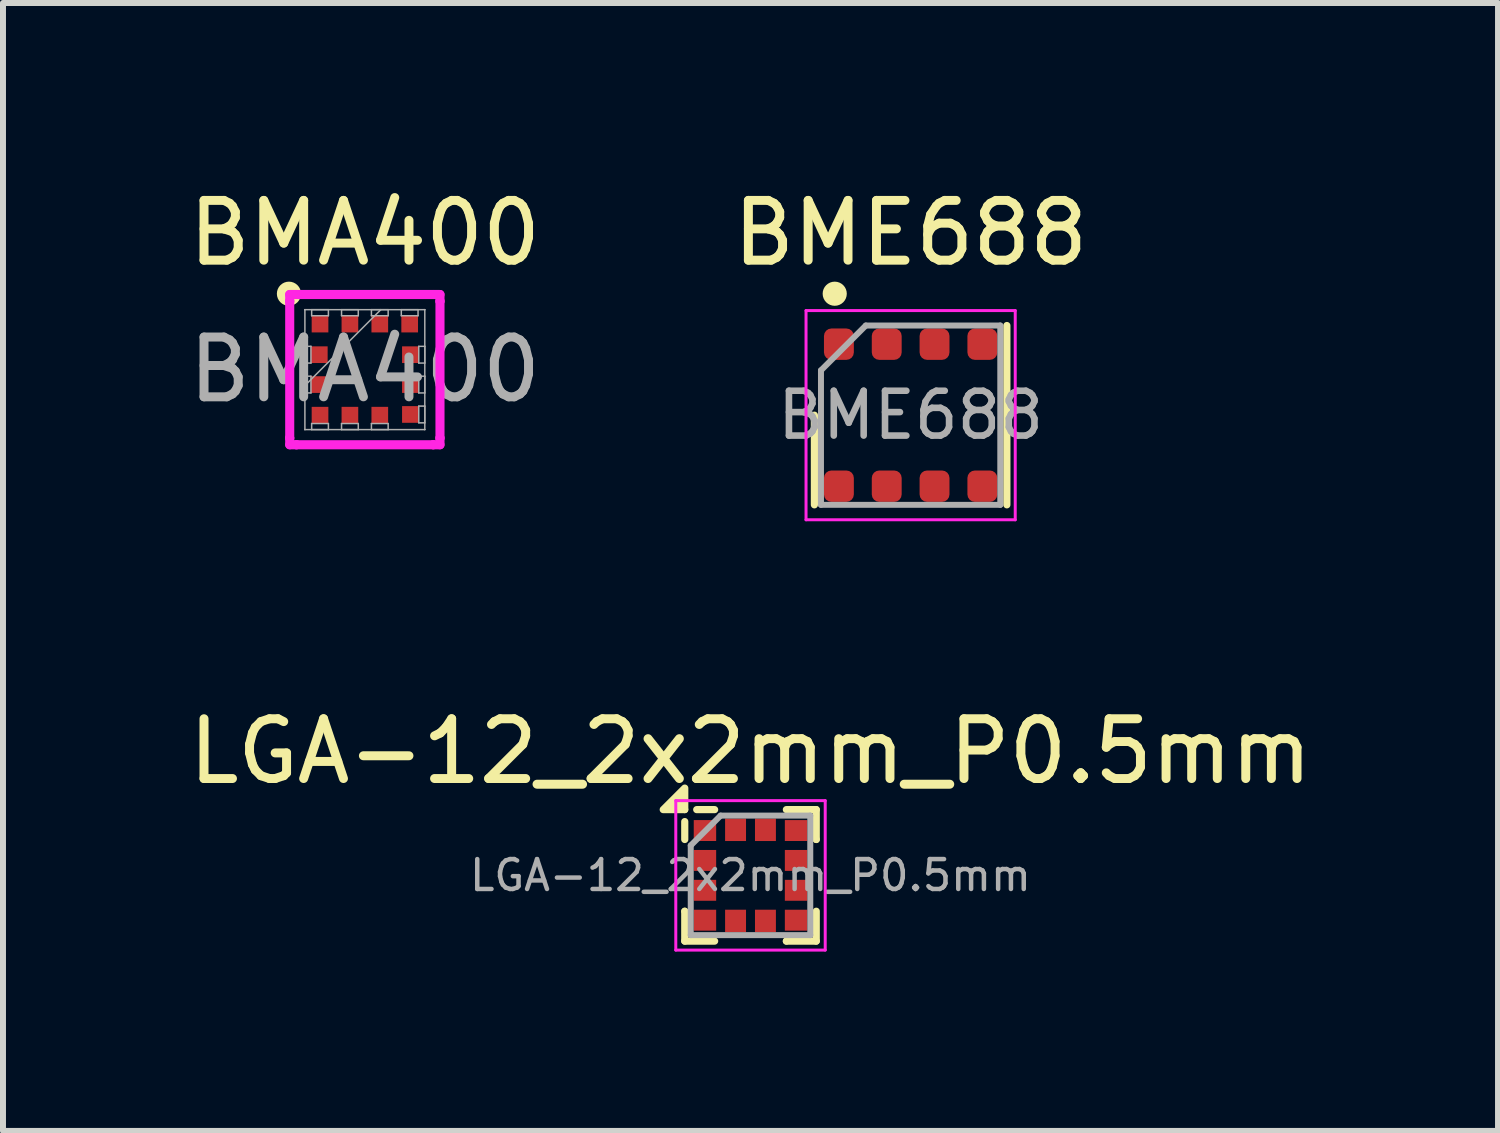
<source format=kicad_pcb>
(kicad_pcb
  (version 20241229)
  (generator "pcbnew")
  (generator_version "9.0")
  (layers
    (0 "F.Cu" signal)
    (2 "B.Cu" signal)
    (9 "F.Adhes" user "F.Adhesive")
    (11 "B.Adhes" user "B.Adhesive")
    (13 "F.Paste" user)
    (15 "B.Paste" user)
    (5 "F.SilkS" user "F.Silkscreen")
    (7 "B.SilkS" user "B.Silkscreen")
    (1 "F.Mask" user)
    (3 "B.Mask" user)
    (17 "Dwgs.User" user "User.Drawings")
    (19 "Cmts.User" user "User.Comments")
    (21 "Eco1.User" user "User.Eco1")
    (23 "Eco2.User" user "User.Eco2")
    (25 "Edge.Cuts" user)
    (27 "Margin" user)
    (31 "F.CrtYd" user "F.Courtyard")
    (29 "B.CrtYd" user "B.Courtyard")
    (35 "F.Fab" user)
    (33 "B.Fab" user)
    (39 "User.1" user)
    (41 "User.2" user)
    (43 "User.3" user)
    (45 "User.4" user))
  (footprint "LGA-12_2x2mm_P0.5mm"
    (layer "F.Cu")
    (at 9.506 11.595)
    (property "Reference" "LGA-12_2x2mm_P0.5mm" (at 0 -2.075 0) (layer "F.SilkS") (effects (font (size 1 1) (thickness 0.15))))
    (attr smd)
    (fp_line (start -1.1 -1.1) (end -1.1 -1.1) (stroke (width 0.12) (type solid)) (layer "F.SilkS"))
    (fp_line (start -1.1 -0.6) (end -1.1 -0.9) (stroke (width 0.12) (type solid)) (layer "F.SilkS"))
    (fp_line (start -1.1 0.6) (end -1.1 0.6) (stroke (width 0.12) (type solid)) (layer "F.SilkS"))
    (fp_line (start -1.1 1.1) (end -1.1 0.6) (stroke (width 0.12) (type solid)) (layer "F.SilkS"))
    (fp_line (start -0.6 -1.1) (end -0.9 -1.1) (stroke (width 0.12) (type solid)) (layer "F.SilkS"))
    (fp_line (start -0.6 1.1) (end -1.1 1.1) (stroke (width 0.12) (type solid)) (layer "F.SilkS"))
    (fp_line (start 0.6 -1.1) (end 1.1 -1.1) (stroke (width 0.12) (type solid)) (layer "F.SilkS"))
    (fp_line (start 0.6 1.1) (end 0.6 1.1) (stroke (width 0.12) (type solid)) (layer "F.SilkS"))
    (fp_line (start 1.1 -1.1) (end 1.1 -0.6) (stroke (width 0.12) (type solid)) (layer "F.SilkS"))
    (fp_line (start 1.1 -0.6) (end 1.1 -0.6) (stroke (width 0.12) (type solid)) (layer "F.SilkS"))
    (fp_line (start 1.1 0.6) (end 1.1 1.1) (stroke (width 0.12) (type solid)) (layer "F.SilkS"))
    (fp_line (start 1.1 1.1) (end 0.6 1.1) (stroke (width 0.12) (type solid)) (layer "F.SilkS"))
    (fp_poly (pts (xy -1.1 -1.1) (xy -1.46 -1.1) (xy -1.1 -1.46) (xy -1.1 -1.1)) (stroke (width 0.12) (type solid)) (fill yes) (layer "F.SilkS"))
    (fp_line (start -1.25 -1.25) (end 1.25 -1.25) (stroke (width 0.05) (type solid)) (layer "F.CrtYd"))
    (fp_line (start -1.25 1.25) (end -1.25 -1.25) (stroke (width 0.05) (type solid)) (layer "F.CrtYd"))
    (fp_line (start 1.25 -1.25) (end 1.25 1.25) (stroke (width 0.05) (type solid)) (layer "F.CrtYd"))
    (fp_line (start 1.25 1.25) (end -1.25 1.25) (stroke (width 0.05) (type solid)) (layer "F.CrtYd"))
    (fp_line (start -1 -0.5) (end -0.5 -1) (stroke (width 0.1) (type solid)) (layer "F.Fab"))
    (fp_line (start -1 1) (end -1 -0.5) (stroke (width 0.1) (type solid)) (layer "F.Fab"))
    (fp_line (start -0.5 -1) (end 1 -1) (stroke (width 0.1) (type solid)) (layer "F.Fab"))
    (fp_line (start 1 -1) (end 1 1) (stroke (width 0.1) (type solid)) (layer "F.Fab"))
    (fp_line (start 1 1) (end -1 1) (stroke (width 0.1) (type solid)) (layer "F.Fab"))
    (fp_text user "${REFERENCE}" (at 0 0 0) (layer "F.Fab") (effects (font (size 0.5 0.5) (thickness 0.075))))
    (pad "1" smd rect (at -0.762 -0.75) (size 0.375 0.35) (layers "F.Cu" "F.Mask" "F.Paste"))
    (pad "2" smd rect (at -0.762 -0.25) (size 0.375 0.35) (layers "F.Cu" "F.Mask" "F.Paste"))
    (pad "3" smd rect (at -0.762 0.25) (size 0.375 0.35) (layers "F.Cu" "F.Mask" "F.Paste"))
    (pad "4" smd rect (at -0.762 0.75) (size 0.375 0.35) (layers "F.Cu" "F.Mask" "F.Paste"))
    (pad "5" smd rect (at -0.25 0.762 90) (size 0.375 0.35) (layers "F.Cu" "F.Mask" "F.Paste"))
    (pad "6" smd rect (at 0.25 0.762 90) (size 0.375 0.35) (layers "F.Cu" "F.Mask" "F.Paste"))
    (pad "7" smd rect (at 0.762 0.75) (size 0.375 0.35) (layers "F.Cu" "F.Mask" "F.Paste"))
    (pad "8" smd rect (at 0.762 0.25) (size 0.375 0.35) (layers "F.Cu" "F.Mask" "F.Paste"))
    (pad "9" smd rect (at 0.762 -0.25) (size 0.375 0.35) (layers "F.Cu" "F.Mask" "F.Paste"))
    (pad "10" smd rect (at 0.762 -0.75) (size 0.375 0.35) (layers "F.Cu" "F.Mask" "F.Paste"))
    (pad "11" smd rect (at 0.25 -0.762 90) (size 0.375 0.35) (layers "F.Cu" "F.Mask" "F.Paste"))
    (pad "12" smd rect (at -0.25 -0.762 90) (size 0.375 0.35) (layers "F.Cu" "F.Mask" "F.Paste")))
  (footprint "BME688"
    (layer "F.Cu")
    (at 12.185 3.896)
    (property "Reference" "BME688" (at 0 -3.048 0) (layer "F.SilkS") (effects (font (size 1 1) (thickness 0.15))))
    (attr smd)
    (fp_line (start -1.61 0) (end -1.61 1.5) (stroke (width 0.12) (type solid)) (layer "F.SilkS"))
    (fp_line (start 1.61 -1.5) (end 1.61 1.5) (stroke (width 0.12) (type solid)) (layer "F.SilkS"))
    (fp_circle (center -1.27 -2.032) (end -1.118 -2.032) (stroke (width 0.1) (type solid)) (fill yes) (layer "F.SilkS"))
    (fp_line (start -1.75 -1.75) (end -1.75 1.75) (stroke (width 0.05) (type solid)) (layer "F.CrtYd"))
    (fp_line (start -1.75 1.75) (end 1.75 1.75) (stroke (width 0.05) (type solid)) (layer "F.CrtYd"))
    (fp_line (start 1.75 -1.75) (end -1.75 -1.75) (stroke (width 0.05) (type solid)) (layer "F.CrtYd"))
    (fp_line (start 1.75 1.75) (end 1.75 -1.75) (stroke (width 0.05) (type solid)) (layer "F.CrtYd"))
    (fp_line (start -1.5 -0.75) (end -0.75 -1.5) (stroke (width 0.1) (type solid)) (layer "F.Fab"))
    (fp_line (start -1.5 1.5) (end -1.5 -0.75) (stroke (width 0.1) (type solid)) (layer "F.Fab"))
    (fp_line (start -0.75 -1.5) (end 1.5 -1.5) (stroke (width 0.1) (type solid)) (layer "F.Fab"))
    (fp_line (start 1.5 -1.5) (end 1.5 1.5) (stroke (width 0.1) (type solid)) (layer "F.Fab"))
    (fp_line (start 1.5 1.5) (end -1.5 1.5) (stroke (width 0.1) (type solid)) (layer "F.Fab"))
    (fp_text user "${REFERENCE}" (at 0 0 0) (layer "F.Fab") (effects (font (size 0.75 0.75) (thickness 0.11))))
    (pad "1" smd roundrect (at -1.2 -1.188) (size 0.5 0.525) (layers "F.Cu" "F.Mask" "F.Paste") (roundrect_rratio 0.25))
    (pad "2" smd roundrect (at -0.4 -1.188) (size 0.5 0.525) (layers "F.Cu" "F.Mask" "F.Paste") (roundrect_rratio 0.25))
    (pad "3" smd roundrect (at 0.4 -1.188) (size 0.5 0.525) (layers "F.Cu" "F.Mask" "F.Paste") (roundrect_rratio 0.25))
    (pad "4" smd roundrect (at 1.2 -1.188) (size 0.5 0.525) (layers "F.Cu" "F.Mask" "F.Paste") (roundrect_rratio 0.25))
    (pad "5" smd roundrect (at 1.2 1.188) (size 0.5 0.525) (layers "F.Cu" "F.Mask" "F.Paste") (roundrect_rratio 0.25))
    (pad "6" smd roundrect (at 0.4 1.188) (size 0.5 0.525) (layers "F.Cu" "F.Mask" "F.Paste") (roundrect_rratio 0.25))
    (pad "7" smd roundrect (at -0.4 1.188) (size 0.5 0.525) (layers "F.Cu" "F.Mask" "F.Paste") (roundrect_rratio 0.25))
    (pad "8" smd roundrect (at -1.2 1.188) (size 0.5 0.525) (layers "F.Cu" "F.Mask" "F.Paste") (roundrect_rratio 0.25)))
  (footprint "BMA400"
    (layer "F.Cu")
    (at 3.054 3.134)
    (property "Reference" "BMA400" (at 0 -2.286 0) (unlocked yes) (layer "F.SilkS") (effects (font (size 1 1) (thickness 0.15))))
    (attr smd)
    (fp_circle (center -1.27 -1.27) (end -1.118 -1.27) (stroke (width 0.1) (type solid)) (fill yes) (layer "F.SilkS"))
    (fp_line (start -1.257 -1.257) (end -1.144 -1.257) (stroke (width 0.152) (type solid)) (layer "F.CrtYd"))
    (fp_line (start -1.257 -1.144) (end -1.257 -1.257) (stroke (width 0.152) (type solid)) (layer "F.CrtYd"))
    (fp_line (start -1.257 -1.144) (end -1.257 -1.144) (stroke (width 0.152) (type solid)) (layer "F.CrtYd"))
    (fp_line (start -1.257 1.144) (end -1.257 -1.144) (stroke (width 0.152) (type solid)) (layer "F.CrtYd"))
    (fp_line (start -1.257 1.144) (end -1.257 1.144) (stroke (width 0.152) (type solid)) (layer "F.CrtYd"))
    (fp_line (start -1.257 1.257) (end -1.257 1.144) (stroke (width 0.152) (type solid)) (layer "F.CrtYd"))
    (fp_line (start -1.144 -1.257) (end -1.144 -1.257) (stroke (width 0.152) (type solid)) (layer "F.CrtYd"))
    (fp_line (start -1.144 -1.257) (end 1.144 -1.257) (stroke (width 0.152) (type solid)) (layer "F.CrtYd"))
    (fp_line (start -1.144 1.257) (end -1.257 1.257) (stroke (width 0.152) (type solid)) (layer "F.CrtYd"))
    (fp_line (start -1.144 1.257) (end -1.144 1.257) (stroke (width 0.152) (type solid)) (layer "F.CrtYd"))
    (fp_line (start 1.144 -1.257) (end 1.144 -1.257) (stroke (width 0.152) (type solid)) (layer "F.CrtYd"))
    (fp_line (start 1.144 -1.257) (end 1.257 -1.257) (stroke (width 0.152) (type solid)) (layer "F.CrtYd"))
    (fp_line (start 1.144 1.257) (end -1.144 1.257) (stroke (width 0.152) (type solid)) (layer "F.CrtYd"))
    (fp_line (start 1.144 1.257) (end 1.144 1.257) (stroke (width 0.152) (type solid)) (layer "F.CrtYd"))
    (fp_line (start 1.257 -1.257) (end 1.257 -1.144) (stroke (width 0.152) (type solid)) (layer "F.CrtYd"))
    (fp_line (start 1.257 -1.144) (end 1.257 -1.144) (stroke (width 0.152) (type solid)) (layer "F.CrtYd"))
    (fp_line (start 1.257 -1.144) (end 1.257 1.144) (stroke (width 0.152) (type solid)) (layer "F.CrtYd"))
    (fp_line (start 1.257 1.144) (end 1.257 1.144) (stroke (width 0.152) (type solid)) (layer "F.CrtYd"))
    (fp_line (start 1.257 1.144) (end 1.257 1.257) (stroke (width 0.152) (type solid)) (layer "F.CrtYd"))
    (fp_line (start 1.257 1.257) (end 1.144 1.257) (stroke (width 0.152) (type solid)) (layer "F.CrtYd"))
    (fp_line (start -1.003 -1.003) (end -1.003 -1.003) (stroke (width 0.025) (type solid)) (layer "F.Fab"))
    (fp_line (start -1.003 -1.003) (end -1.003 1.003) (stroke (width 0.025) (type solid)) (layer "F.Fab"))
    (fp_line (start -1.003 -0.39) (end -0.902 -0.39) (stroke (width 0.025) (type solid)) (layer "F.Fab"))
    (fp_line (start -1.003 -0.11) (end -1.003 -0.39) (stroke (width 0.025) (type solid)) (layer "F.Fab"))
    (fp_line (start -1.003 0.11) (end -0.902 0.11) (stroke (width 0.025) (type solid)) (layer "F.Fab"))
    (fp_line (start -1.003 0.267) (end 0.267 -1.003) (stroke (width 0.025) (type solid)) (layer "F.Fab"))
    (fp_line (start -1.003 0.39) (end -1.003 0.11) (stroke (width 0.025) (type solid)) (layer "F.Fab"))
    (fp_line (start -1.003 1.003) (end -1.003 1.003) (stroke (width 0.025) (type solid)) (layer "F.Fab"))
    (fp_line (start -1.003 1.003) (end 1.003 1.003) (stroke (width 0.025) (type solid)) (layer "F.Fab"))
    (fp_line (start -0.902 -0.39) (end -0.902 -0.11) (stroke (width 0.025) (type solid)) (layer "F.Fab"))
    (fp_line (start -0.902 -0.11) (end -1.003 -0.11) (stroke (width 0.025) (type solid)) (layer "F.Fab"))
    (fp_line (start -0.902 0.11) (end -0.902 0.39) (stroke (width 0.025) (type solid)) (layer "F.Fab"))
    (fp_line (start -0.902 0.39) (end -1.003 0.39) (stroke (width 0.025) (type solid)) (layer "F.Fab"))
    (fp_line (start -0.89 -1.003) (end -0.61 -1.003) (stroke (width 0.025) (type solid)) (layer "F.Fab"))
    (fp_line (start -0.89 -0.902) (end -0.89 -1.003) (stroke (width 0.025) (type solid)) (layer "F.Fab"))
    (fp_line (start -0.89 0.902) (end -0.61 0.902) (stroke (width 0.025) (type solid)) (layer "F.Fab"))
    (fp_line (start -0.89 1.003) (end -0.89 0.902) (stroke (width 0.025) (type solid)) (layer "F.Fab"))
    (fp_line (start -0.61 -1.003) (end -0.61 -0.902) (stroke (width 0.025) (type solid)) (layer "F.Fab"))
    (fp_line (start -0.61 -0.902) (end -0.89 -0.902) (stroke (width 0.025) (type solid)) (layer "F.Fab"))
    (fp_line (start -0.61 0.902) (end -0.61 1.003) (stroke (width 0.025) (type solid)) (layer "F.Fab"))
    (fp_line (start -0.61 1.003) (end -0.89 1.003) (stroke (width 0.025) (type solid)) (layer "F.Fab"))
    (fp_line (start -0.39 -1.003) (end -0.11 -1.003) (stroke (width 0.025) (type solid)) (layer "F.Fab"))
    (fp_line (start -0.39 -0.902) (end -0.39 -1.003) (stroke (width 0.025) (type solid)) (layer "F.Fab"))
    (fp_line (start -0.39 0.902) (end -0.11 0.902) (stroke (width 0.025) (type solid)) (layer "F.Fab"))
    (fp_line (start -0.39 1.003) (end -0.39 0.902) (stroke (width 0.025) (type solid)) (layer "F.Fab"))
    (fp_line (start -0.11 -1.003) (end -0.11 -0.902) (stroke (width 0.025) (type solid)) (layer "F.Fab"))
    (fp_line (start -0.11 -0.902) (end -0.39 -0.902) (stroke (width 0.025) (type solid)) (layer "F.Fab"))
    (fp_line (start -0.11 0.902) (end -0.11 1.003) (stroke (width 0.025) (type solid)) (layer "F.Fab"))
    (fp_line (start -0.11 1.003) (end -0.39 1.003) (stroke (width 0.025) (type solid)) (layer "F.Fab"))
    (fp_line (start 0.11 -1.003) (end 0.39 -1.003) (stroke (width 0.025) (type solid)) (layer "F.Fab"))
    (fp_line (start 0.11 -0.902) (end 0.11 -1.003) (stroke (width 0.025) (type solid)) (layer "F.Fab"))
    (fp_line (start 0.11 0.902) (end 0.39 0.902) (stroke (width 0.025) (type solid)) (layer "F.Fab"))
    (fp_line (start 0.11 1.003) (end 0.11 0.902) (stroke (width 0.025) (type solid)) (layer "F.Fab"))
    (fp_line (start 0.39 -1.003) (end 0.39 -0.902) (stroke (width 0.025) (type solid)) (layer "F.Fab"))
    (fp_line (start 0.39 -0.902) (end 0.11 -0.902) (stroke (width 0.025) (type solid)) (layer "F.Fab"))
    (fp_line (start 0.39 0.902) (end 0.39 1.003) (stroke (width 0.025) (type solid)) (layer "F.Fab"))
    (fp_line (start 0.39 1.003) (end 0.11 1.003) (stroke (width 0.025) (type solid)) (layer "F.Fab"))
    (fp_line (start 0.61 -1.003) (end 0.89 -1.003) (stroke (width 0.025) (type solid)) (layer "F.Fab"))
    (fp_line (start 0.61 -0.902) (end 0.61 -1.003) (stroke (width 0.025) (type solid)) (layer "F.Fab"))
    (fp_line (start 0.89 -1.003) (end 0.89 -0.902) (stroke (width 0.025) (type solid)) (layer "F.Fab"))
    (fp_line (start 0.89 -0.902) (end 0.61 -0.902) (stroke (width 0.025) (type solid)) (layer "F.Fab"))
    (fp_line (start 0.902 -0.39) (end 1.003 -0.39) (stroke (width 0.025) (type solid)) (layer "F.Fab"))
    (fp_line (start 0.902 -0.11) (end 0.902 -0.39) (stroke (width 0.025) (type solid)) (layer "F.Fab"))
    (fp_line (start 0.902 0.11) (end 1.003 0.11) (stroke (width 0.025) (type solid)) (layer "F.Fab"))
    (fp_line (start 0.902 0.39) (end 0.902 0.11) (stroke (width 0.025) (type solid)) (layer "F.Fab"))
    (fp_line (start 0.902 0.61) (end 1.003 0.61) (stroke (width 0.025) (type solid)) (layer "F.Fab"))
    (fp_line (start 0.902 0.89) (end 0.902 0.61) (stroke (width 0.025) (type solid)) (layer "F.Fab"))
    (fp_line (start 1.003 -1.003) (end -1.003 -1.003) (stroke (width 0.025) (type solid)) (layer "F.Fab"))
    (fp_line (start 1.003 -1.003) (end 1.003 -1.003) (stroke (width 0.025) (type solid)) (layer "F.Fab"))
    (fp_line (start 1.003 -0.39) (end 1.003 -0.11) (stroke (width 0.025) (type solid)) (layer "F.Fab"))
    (fp_line (start 1.003 -0.11) (end 0.902 -0.11) (stroke (width 0.025) (type solid)) (layer "F.Fab"))
    (fp_line (start 1.003 0.11) (end 1.003 0.39) (stroke (width 0.025) (type solid)) (layer "F.Fab"))
    (fp_line (start 1.003 0.39) (end 0.902 0.39) (stroke (width 0.025) (type solid)) (layer "F.Fab"))
    (fp_line (start 1.003 0.61) (end 1.003 0.89) (stroke (width 0.025) (type solid)) (layer "F.Fab"))
    (fp_line (start 1.003 0.89) (end 0.902 0.89) (stroke (width 0.025) (type solid)) (layer "F.Fab"))
    (fp_line (start 1.003 1.003) (end 1.003 -1.003) (stroke (width 0.025) (type solid)) (layer "F.Fab"))
    (fp_line (start 1.003 1.003) (end 1.003 1.003) (stroke (width 0.025) (type solid)) (layer "F.Fab"))
    (fp_text user "${REFERENCE}" (at 0 0 0) (unlocked yes) (layer "F.Fab") (effects (font (size 1 1) (thickness 0.15))))
    (pad "1" smd rect (at -0.75 -0.762) (size 0.279 0.279) (layers "F.Cu" "F.Mask" "F.Paste"))
    (pad "2" smd rect (at -0.762 -0.25 90) (size 0.279 0.279) (layers "F.Cu" "F.Mask" "F.Paste"))
    (pad "3" smd rect (at -0.762 0.25 90) (size 0.279 0.279) (layers "F.Cu" "F.Mask" "F.Paste"))
    (pad "4" smd rect (at -0.75 0.762) (size 0.279 0.279) (layers "F.Cu" "F.Mask" "F.Paste"))
    (pad "5" smd rect (at -0.25 0.762) (size 0.279 0.279) (layers "F.Cu" "F.Mask" "F.Paste"))
    (pad "6" smd rect (at 0.25 0.762) (size 0.279 0.279) (layers "F.Cu" "F.Mask" "F.Paste"))
    (pad "7" smd rect (at 0.762 0.75 90) (size 0.279 0.279) (layers "F.Cu" "F.Mask" "F.Paste"))
    (pad "8" smd rect (at 0.762 0.25 90) (size 0.279 0.279) (layers "F.Cu" "F.Mask" "F.Paste"))
    (pad "9" smd rect (at 0.762 -0.25 90) (size 0.279 0.279) (layers "F.Cu" "F.Mask" "F.Paste"))
    (pad "10" smd rect (at 0.75 -0.762) (size 0.279 0.279) (layers "F.Cu" "F.Mask" "F.Paste"))
    (pad "11" smd rect (at 0.25 -0.762) (size 0.279 0.279) (layers "F.Cu" "F.Mask" "F.Paste"))
    (pad "12" smd rect (at -0.25 -0.762) (size 0.279 0.279) (layers "F.Cu" "F.Mask" "F.Paste")))
  (gr_rect
    (start -3 -3)
    (end 22.012 15.87)
    (stroke (width 0.1) (type default))
    (fill no)
    (layer "Edge.Cuts")))
</source>
